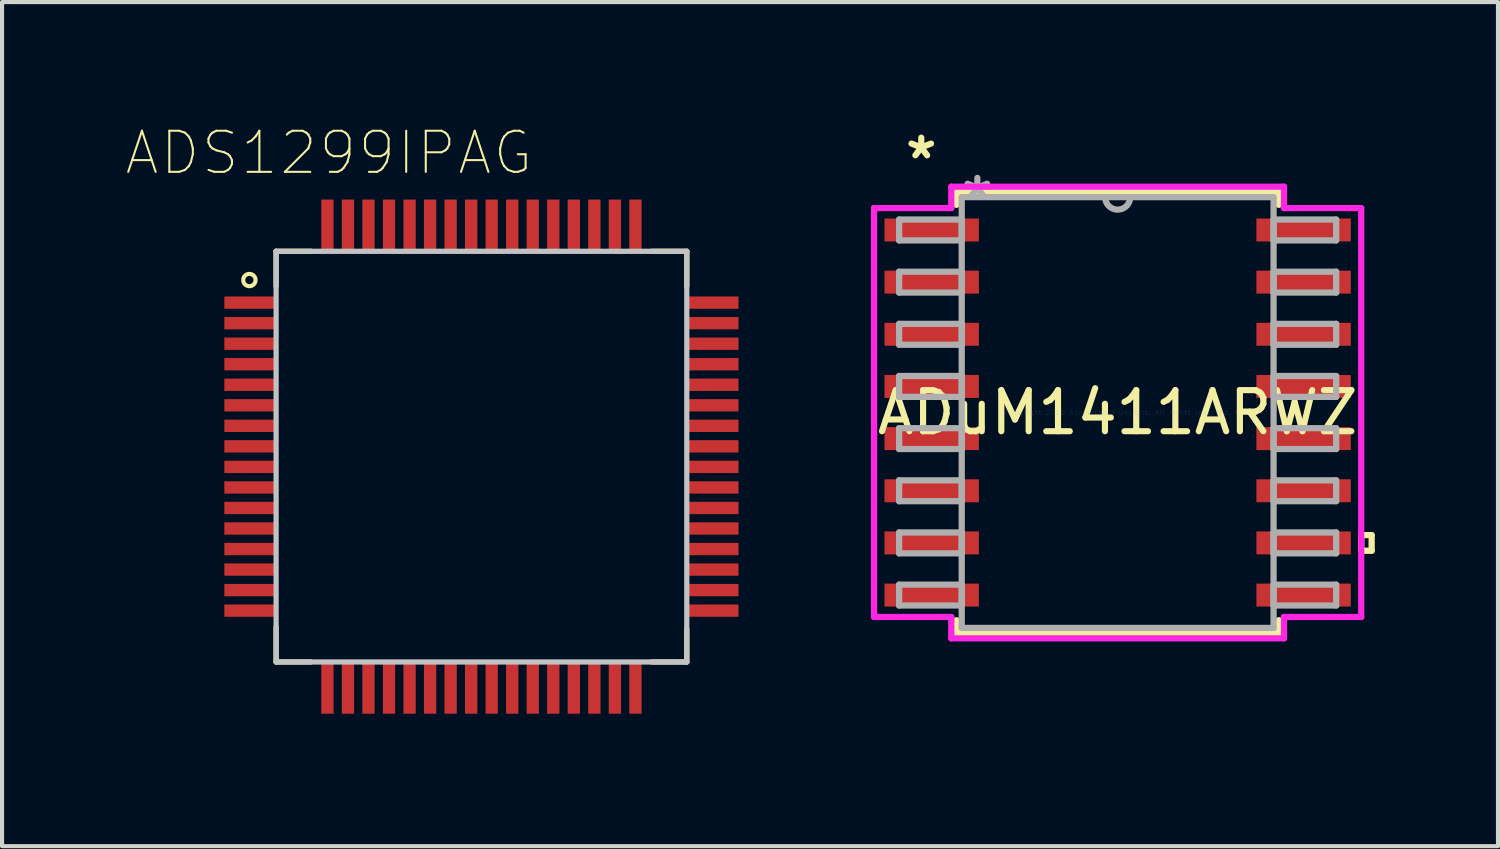
<source format=kicad_pcb>
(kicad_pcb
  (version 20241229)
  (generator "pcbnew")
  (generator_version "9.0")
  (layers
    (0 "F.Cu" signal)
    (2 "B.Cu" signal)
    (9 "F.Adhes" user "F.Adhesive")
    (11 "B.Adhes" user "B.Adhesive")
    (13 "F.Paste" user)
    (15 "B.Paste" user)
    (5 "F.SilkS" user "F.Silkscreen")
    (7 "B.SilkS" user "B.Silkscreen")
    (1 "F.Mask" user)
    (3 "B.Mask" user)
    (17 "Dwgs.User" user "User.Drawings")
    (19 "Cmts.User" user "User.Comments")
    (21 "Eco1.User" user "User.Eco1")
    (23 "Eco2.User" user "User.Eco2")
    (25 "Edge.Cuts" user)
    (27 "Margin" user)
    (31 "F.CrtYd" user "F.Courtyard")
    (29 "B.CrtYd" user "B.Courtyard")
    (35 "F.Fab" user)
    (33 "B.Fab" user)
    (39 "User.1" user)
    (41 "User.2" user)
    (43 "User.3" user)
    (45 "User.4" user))
  (footprint "ADuM1411ARWZ"
    (layer "F.Cu")
    (at 24.165 6.995)
    (property "Reference" "ADuM1411ARWZ" (at 0 0 0) (layer "F.SilkS") (effects (font (size 1 1) (thickness 0.15))))
    (attr through_hole)
    (fp_line (start -3.924 -5.372) (end -3.924 -5.057) (stroke (width 0.152) (type solid)) (layer "F.SilkS"))
    (fp_line (start -3.924 5.057) (end -3.924 5.372) (stroke (width 0.152) (type solid)) (layer "F.SilkS"))
    (fp_line (start -3.924 5.372) (end 3.924 5.372) (stroke (width 0.152) (type solid)) (layer "F.SilkS"))
    (fp_line (start 3.924 -5.372) (end -3.924 -5.372) (stroke (width 0.152) (type solid)) (layer "F.SilkS"))
    (fp_line (start 3.924 -5.057) (end 3.924 -5.372) (stroke (width 0.152) (type solid)) (layer "F.SilkS"))
    (fp_line (start 3.924 5.372) (end 3.924 5.057) (stroke (width 0.152) (type solid)) (layer "F.SilkS"))
    (fp_line (start 5.931 2.985) (end 6.185 2.985) (stroke (width 0.152) (type solid)) (layer "F.SilkS"))
    (fp_line (start 5.931 3.365) (end 5.931 2.985) (stroke (width 0.152) (type solid)) (layer "F.SilkS"))
    (fp_line (start 6.185 2.985) (end 6.185 3.365) (stroke (width 0.152) (type solid)) (layer "F.SilkS"))
    (fp_line (start 6.185 3.365) (end 5.931 3.365) (stroke (width 0.152) (type solid)) (layer "F.SilkS"))
    (fp_line (start -5.931 -4.978) (end -4.051 -4.978) (stroke (width 0.152) (type solid)) (layer "F.CrtYd"))
    (fp_line (start -5.931 4.978) (end -5.931 -4.978) (stroke (width 0.152) (type solid)) (layer "F.CrtYd"))
    (fp_line (start -4.051 -5.499) (end 4.051 -5.499) (stroke (width 0.152) (type solid)) (layer "F.CrtYd"))
    (fp_line (start -4.051 -4.978) (end -4.051 -5.499) (stroke (width 0.152) (type solid)) (layer "F.CrtYd"))
    (fp_line (start -4.051 4.978) (end -5.931 4.978) (stroke (width 0.152) (type solid)) (layer "F.CrtYd"))
    (fp_line (start -4.051 5.499) (end -4.051 4.978) (stroke (width 0.152) (type solid)) (layer "F.CrtYd"))
    (fp_line (start 4.051 -5.499) (end 4.051 -4.978) (stroke (width 0.152) (type solid)) (layer "F.CrtYd"))
    (fp_line (start 4.051 -4.978) (end 5.931 -4.978) (stroke (width 0.152) (type solid)) (layer "F.CrtYd"))
    (fp_line (start 4.051 4.978) (end 4.051 5.499) (stroke (width 0.152) (type solid)) (layer "F.CrtYd"))
    (fp_line (start 4.051 5.499) (end -4.051 5.499) (stroke (width 0.152) (type solid)) (layer "F.CrtYd"))
    (fp_line (start 5.931 -4.978) (end 5.931 4.978) (stroke (width 0.152) (type solid)) (layer "F.CrtYd"))
    (fp_line (start 5.931 4.978) (end 4.051 4.978) (stroke (width 0.152) (type solid)) (layer "F.CrtYd"))
    (fp_line (start -5.321 -4.699) (end -5.321 -4.191) (stroke (width 0.152) (type solid)) (layer "F.Fab"))
    (fp_line (start -5.321 -4.191) (end -3.797 -4.191) (stroke (width 0.152) (type solid)) (layer "F.Fab"))
    (fp_line (start -5.321 -3.429) (end -5.321 -2.921) (stroke (width 0.152) (type solid)) (layer "F.Fab"))
    (fp_line (start -5.321 -2.921) (end -3.797 -2.921) (stroke (width 0.152) (type solid)) (layer "F.Fab"))
    (fp_line (start -5.321 -2.159) (end -5.321 -1.651) (stroke (width 0.152) (type solid)) (layer "F.Fab"))
    (fp_line (start -5.321 -1.651) (end -3.797 -1.651) (stroke (width 0.152) (type solid)) (layer "F.Fab"))
    (fp_line (start -5.321 -0.889) (end -5.321 -0.381) (stroke (width 0.152) (type solid)) (layer "F.Fab"))
    (fp_line (start -5.321 -0.381) (end -3.797 -0.381) (stroke (width 0.152) (type solid)) (layer "F.Fab"))
    (fp_line (start -5.321 0.381) (end -5.321 0.889) (stroke (width 0.152) (type solid)) (layer "F.Fab"))
    (fp_line (start -5.321 0.889) (end -3.797 0.889) (stroke (width 0.152) (type solid)) (layer "F.Fab"))
    (fp_line (start -5.321 1.651) (end -5.321 2.159) (stroke (width 0.152) (type solid)) (layer "F.Fab"))
    (fp_line (start -5.321 2.159) (end -3.797 2.159) (stroke (width 0.152) (type solid)) (layer "F.Fab"))
    (fp_line (start -5.321 2.921) (end -5.321 3.429) (stroke (width 0.152) (type solid)) (layer "F.Fab"))
    (fp_line (start -5.321 3.429) (end -3.797 3.429) (stroke (width 0.152) (type solid)) (layer "F.Fab"))
    (fp_line (start -5.321 4.191) (end -5.321 4.699) (stroke (width 0.152) (type solid)) (layer "F.Fab"))
    (fp_line (start -5.321 4.699) (end -3.797 4.699) (stroke (width 0.152) (type solid)) (layer "F.Fab"))
    (fp_line (start -3.797 -5.245) (end -3.797 5.245) (stroke (width 0.152) (type solid)) (layer "F.Fab"))
    (fp_line (start -3.797 -4.699) (end -5.321 -4.699) (stroke (width 0.152) (type solid)) (layer "F.Fab"))
    (fp_line (start -3.797 -4.191) (end -3.797 -4.699) (stroke (width 0.152) (type solid)) (layer "F.Fab"))
    (fp_line (start -3.797 -3.429) (end -5.321 -3.429) (stroke (width 0.152) (type solid)) (layer "F.Fab"))
    (fp_line (start -3.797 -2.921) (end -3.797 -3.429) (stroke (width 0.152) (type solid)) (layer "F.Fab"))
    (fp_line (start -3.797 -2.159) (end -5.321 -2.159) (stroke (width 0.152) (type solid)) (layer "F.Fab"))
    (fp_line (start -3.797 -1.651) (end -3.797 -2.159) (stroke (width 0.152) (type solid)) (layer "F.Fab"))
    (fp_line (start -3.797 -0.889) (end -5.321 -0.889) (stroke (width 0.152) (type solid)) (layer "F.Fab"))
    (fp_line (start -3.797 -0.381) (end -3.797 -0.889) (stroke (width 0.152) (type solid)) (layer "F.Fab"))
    (fp_line (start -3.797 0.381) (end -5.321 0.381) (stroke (width 0.152) (type solid)) (layer "F.Fab"))
    (fp_line (start -3.797 0.889) (end -3.797 0.381) (stroke (width 0.152) (type solid)) (layer "F.Fab"))
    (fp_line (start -3.797 1.651) (end -5.321 1.651) (stroke (width 0.152) (type solid)) (layer "F.Fab"))
    (fp_line (start -3.797 2.159) (end -3.797 1.651) (stroke (width 0.152) (type solid)) (layer "F.Fab"))
    (fp_line (start -3.797 2.921) (end -5.321 2.921) (stroke (width 0.152) (type solid)) (layer "F.Fab"))
    (fp_line (start -3.797 3.429) (end -3.797 2.921) (stroke (width 0.152) (type solid)) (layer "F.Fab"))
    (fp_line (start -3.797 4.191) (end -5.321 4.191) (stroke (width 0.152) (type solid)) (layer "F.Fab"))
    (fp_line (start -3.797 4.699) (end -3.797 4.191) (stroke (width 0.152) (type solid)) (layer "F.Fab"))
    (fp_line (start -3.797 5.245) (end 3.797 5.245) (stroke (width 0.152) (type solid)) (layer "F.Fab"))
    (fp_line (start 3.797 -5.245) (end -3.797 -5.245) (stroke (width 0.152) (type solid)) (layer "F.Fab"))
    (fp_line (start 3.797 -4.699) (end 3.797 -4.191) (stroke (width 0.152) (type solid)) (layer "F.Fab"))
    (fp_line (start 3.797 -4.191) (end 5.321 -4.191) (stroke (width 0.152) (type solid)) (layer "F.Fab"))
    (fp_line (start 3.797 -3.429) (end 3.797 -2.921) (stroke (width 0.152) (type solid)) (layer "F.Fab"))
    (fp_line (start 3.797 -2.921) (end 5.321 -2.921) (stroke (width 0.152) (type solid)) (layer "F.Fab"))
    (fp_line (start 3.797 -2.159) (end 3.797 -1.651) (stroke (width 0.152) (type solid)) (layer "F.Fab"))
    (fp_line (start 3.797 -1.651) (end 5.321 -1.651) (stroke (width 0.152) (type solid)) (layer "F.Fab"))
    (fp_line (start 3.797 -0.889) (end 3.797 -0.381) (stroke (width 0.152) (type solid)) (layer "F.Fab"))
    (fp_line (start 3.797 -0.381) (end 5.321 -0.381) (stroke (width 0.152) (type solid)) (layer "F.Fab"))
    (fp_line (start 3.797 0.381) (end 3.797 0.889) (stroke (width 0.152) (type solid)) (layer "F.Fab"))
    (fp_line (start 3.797 0.889) (end 5.321 0.889) (stroke (width 0.152) (type solid)) (layer "F.Fab"))
    (fp_line (start 3.797 1.651) (end 3.797 2.159) (stroke (width 0.152) (type solid)) (layer "F.Fab"))
    (fp_line (start 3.797 2.159) (end 5.321 2.159) (stroke (width 0.152) (type solid)) (layer "F.Fab"))
    (fp_line (start 3.797 2.921) (end 3.797 3.429) (stroke (width 0.152) (type solid)) (layer "F.Fab"))
    (fp_line (start 3.797 3.429) (end 5.321 3.429) (stroke (width 0.152) (type solid)) (layer "F.Fab"))
    (fp_line (start 3.797 4.191) (end 3.797 4.699) (stroke (width 0.152) (type solid)) (layer "F.Fab"))
    (fp_line (start 3.797 4.699) (end 5.321 4.699) (stroke (width 0.152) (type solid)) (layer "F.Fab"))
    (fp_line (start 3.797 5.245) (end 3.797 -5.245) (stroke (width 0.152) (type solid)) (layer "F.Fab"))
    (fp_line (start 5.321 -4.699) (end 3.797 -4.699) (stroke (width 0.152) (type solid)) (layer "F.Fab"))
    (fp_line (start 5.321 -4.191) (end 5.321 -4.699) (stroke (width 0.152) (type solid)) (layer "F.Fab"))
    (fp_line (start 5.321 -3.429) (end 3.797 -3.429) (stroke (width 0.152) (type solid)) (layer "F.Fab"))
    (fp_line (start 5.321 -2.921) (end 5.321 -3.429) (stroke (width 0.152) (type solid)) (layer "F.Fab"))
    (fp_line (start 5.321 -2.159) (end 3.797 -2.159) (stroke (width 0.152) (type solid)) (layer "F.Fab"))
    (fp_line (start 5.321 -1.651) (end 5.321 -2.159) (stroke (width 0.152) (type solid)) (layer "F.Fab"))
    (fp_line (start 5.321 -0.889) (end 3.797 -0.889) (stroke (width 0.152) (type solid)) (layer "F.Fab"))
    (fp_line (start 5.321 -0.381) (end 5.321 -0.889) (stroke (width 0.152) (type solid)) (layer "F.Fab"))
    (fp_line (start 5.321 0.381) (end 3.797 0.381) (stroke (width 0.152) (type solid)) (layer "F.Fab"))
    (fp_line (start 5.321 0.889) (end 5.321 0.381) (stroke (width 0.152) (type solid)) (layer "F.Fab"))
    (fp_line (start 5.321 1.651) (end 3.797 1.651) (stroke (width 0.152) (type solid)) (layer "F.Fab"))
    (fp_line (start 5.321 2.159) (end 5.321 1.651) (stroke (width 0.152) (type solid)) (layer "F.Fab"))
    (fp_line (start 5.321 2.921) (end 3.797 2.921) (stroke (width 0.152) (type solid)) (layer "F.Fab"))
    (fp_line (start 5.321 3.429) (end 5.321 2.921) (stroke (width 0.152) (type solid)) (layer "F.Fab"))
    (fp_line (start 5.321 4.191) (end 3.797 4.191) (stroke (width 0.152) (type solid)) (layer "F.Fab"))
    (fp_line (start 5.321 4.699) (end 5.321 4.191) (stroke (width 0.152) (type solid)) (layer "F.Fab"))
    (fp_arc (start 0.3048 -5.2451) (mid 0 -4.9403) (end -0.3048 -5.2451) (stroke (width 0.1524) (type solid)) (layer "F.Fab"))
    (fp_text user "*" (at -4.782 -6.147 0) (layer "F.SilkS") (effects (font (size 1 1) (thickness 0.15))))
    (fp_text user "Copyright 2016 Accelerated Designs. All rights reserved." (at 0 0 0) (layer "Cmts.User") (effects (font (size 0.127 0.127) (thickness 0.002))))
    (fp_text user "*" (at -3.416 -5.169 0) (layer "F.Fab") (effects (font (size 1 1) (thickness 0.15))))
    (pad "1" smd rect (at -4.528 -4.445) (size 2.299 0.559) (layers "F.Cu" "F.Mask" "F.Paste"))
    (pad "2" smd rect (at -4.528 -3.175) (size 2.299 0.559) (layers "F.Cu" "F.Mask" "F.Paste"))
    (pad "3" smd rect (at -4.528 -1.905) (size 2.299 0.559) (layers "F.Cu" "F.Mask" "F.Paste"))
    (pad "4" smd rect (at -4.528 -0.635) (size 2.299 0.559) (layers "F.Cu" "F.Mask" "F.Paste"))
    (pad "5" smd rect (at -4.528 0.635) (size 2.299 0.559) (layers "F.Cu" "F.Mask" "F.Paste"))
    (pad "6" smd rect (at -4.528 1.905) (size 2.299 0.559) (layers "F.Cu" "F.Mask" "F.Paste"))
    (pad "7" smd rect (at -4.528 3.175) (size 2.299 0.559) (layers "F.Cu" "F.Mask" "F.Paste"))
    (pad "8" smd rect (at -4.528 4.445) (size 2.299 0.559) (layers "F.Cu" "F.Mask" "F.Paste"))
    (pad "9" smd rect (at 4.528 4.445) (size 2.299 0.559) (layers "F.Cu" "F.Mask" "F.Paste"))
    (pad "10" smd rect (at 4.528 3.175) (size 2.299 0.559) (layers "F.Cu" "F.Mask" "F.Paste"))
    (pad "11" smd rect (at 4.528 1.905) (size 2.299 0.559) (layers "F.Cu" "F.Mask" "F.Paste"))
    (pad "12" smd rect (at 4.528 0.635) (size 2.299 0.559) (layers "F.Cu" "F.Mask" "F.Paste"))
    (pad "13" smd rect (at 4.528 -0.635) (size 2.299 0.559) (layers "F.Cu" "F.Mask" "F.Paste"))
    (pad "14" smd rect (at 4.528 -1.905) (size 2.299 0.559) (layers "F.Cu" "F.Mask" "F.Paste"))
    (pad "15" smd rect (at 4.528 -3.175) (size 2.299 0.559) (layers "F.Cu" "F.Mask" "F.Paste"))
    (pad "16" smd rect (at 4.528 -4.445) (size 2.299 0.559) (layers "F.Cu" "F.Mask" "F.Paste")))
  (footprint "ADS1299IPAG"
    (layer "F.Cu")
    (at 8.673 8.069)
    (property "Reference" "ADS1299IPAG" (at -3.715 -7.395 0) (layer "F.SilkS") (effects (font (size 1.001 1.001) (thickness 0.05))))
    (attr smd)
    (fp_line (start -5 -5) (end -5 -4.15) (stroke (width 0.127) (type solid)) (layer "F.SilkS"))
    (fp_line (start -5 5) (end -5 4.15) (stroke (width 0.127) (type solid)) (layer "F.SilkS"))
    (fp_line (start -4.15 -5) (end -5 -5) (stroke (width 0.127) (type solid)) (layer "F.SilkS"))
    (fp_line (start -4.15 5) (end -5 5) (stroke (width 0.127) (type solid)) (layer "F.SilkS"))
    (fp_line (start 4.15 -5) (end 5 -5) (stroke (width 0.127) (type solid)) (layer "F.SilkS"))
    (fp_line (start 5 -5) (end 5 -4.15) (stroke (width 0.127) (type solid)) (layer "F.SilkS"))
    (fp_line (start 5 4.2) (end 5 5) (stroke (width 0.127) (type solid)) (layer "F.SilkS"))
    (fp_line (start 5 5) (end 4.15 5) (stroke (width 0.127) (type solid)) (layer "F.SilkS"))
    (fp_circle (center -5.65 -4.3) (end -5.5 -4.3) (stroke (width 0.1) (type solid)) (fill no) (layer "F.SilkS"))
    (fp_line (start -5 -5) (end -5 5) (stroke (width 0.127) (type solid)) (layer "Dwgs.User"))
    (fp_line (start -5 5) (end 5 5) (stroke (width 0.127) (type solid)) (layer "Dwgs.User"))
    (fp_line (start 5 -5) (end -5 -5) (stroke (width 0.127) (type solid)) (layer "Dwgs.User"))
    (fp_line (start 5 5) (end 5 -5) (stroke (width 0.127) (type solid)) (layer "Dwgs.User"))
    (fp_line (start -6.46 -6.46) (end -6.46 6.46) (stroke (width 0.05) (type solid)) (layer "Eco1.User"))
    (fp_line (start -6.46 6.46) (end 6.46 6.46) (stroke (width 0.05) (type solid)) (layer "Eco1.User"))
    (fp_line (start 6.46 -6.46) (end -6.46 -6.46) (stroke (width 0.05) (type solid)) (layer "Eco1.User"))
    (fp_line (start 6.46 6.46) (end 6.46 -6.46) (stroke (width 0.05) (type solid)) (layer "Eco1.User"))
    (pad "1" smd rect (at -5.63 -3.75) (size 1.26 0.3) (layers "F.Cu" "F.Mask" "F.Paste"))
    (pad "2" smd rect (at -5.63 -3.25) (size 1.26 0.3) (layers "F.Cu" "F.Mask" "F.Paste"))
    (pad "3" smd rect (at -5.63 -2.75) (size 1.26 0.3) (layers "F.Cu" "F.Mask" "F.Paste"))
    (pad "4" smd rect (at -5.63 -2.25) (size 1.26 0.3) (layers "F.Cu" "F.Mask" "F.Paste"))
    (pad "5" smd rect (at -5.63 -1.75) (size 1.26 0.3) (layers "F.Cu" "F.Mask" "F.Paste"))
    (pad "6" smd rect (at -5.63 -1.25) (size 1.26 0.3) (layers "F.Cu" "F.Mask" "F.Paste"))
    (pad "7" smd rect (at -5.63 -0.75) (size 1.26 0.3) (layers "F.Cu" "F.Mask" "F.Paste"))
    (pad "8" smd rect (at -5.63 -0.25) (size 1.26 0.3) (layers "F.Cu" "F.Mask" "F.Paste"))
    (pad "9" smd rect (at -5.63 0.25) (size 1.26 0.3) (layers "F.Cu" "F.Mask" "F.Paste"))
    (pad "10" smd rect (at -5.63 0.75) (size 1.26 0.3) (layers "F.Cu" "F.Mask" "F.Paste"))
    (pad "11" smd rect (at -5.63 1.25) (size 1.26 0.3) (layers "F.Cu" "F.Mask" "F.Paste"))
    (pad "12" smd rect (at -5.63 1.75) (size 1.26 0.3) (layers "F.Cu" "F.Mask" "F.Paste"))
    (pad "13" smd rect (at -5.63 2.25) (size 1.26 0.3) (layers "F.Cu" "F.Mask" "F.Paste"))
    (pad "14" smd rect (at -5.63 2.75) (size 1.26 0.3) (layers "F.Cu" "F.Mask" "F.Paste"))
    (pad "15" smd rect (at -5.63 3.25) (size 1.26 0.3) (layers "F.Cu" "F.Mask" "F.Paste"))
    (pad "16" smd rect (at -5.63 3.75) (size 1.26 0.3) (layers "F.Cu" "F.Mask" "F.Paste"))
    (pad "17" smd rect (at -3.75 5.63 90) (size 1.26 0.3) (layers "F.Cu" "F.Mask" "F.Paste"))
    (pad "18" smd rect (at -3.25 5.63 90) (size 1.26 0.3) (layers "F.Cu" "F.Mask" "F.Paste"))
    (pad "19" smd rect (at -2.75 5.63 90) (size 1.26 0.3) (layers "F.Cu" "F.Mask" "F.Paste"))
    (pad "20" smd rect (at -2.25 5.63 90) (size 1.26 0.3) (layers "F.Cu" "F.Mask" "F.Paste"))
    (pad "21" smd rect (at -1.75 5.63 90) (size 1.26 0.3) (layers "F.Cu" "F.Mask" "F.Paste"))
    (pad "22" smd rect (at -1.25 5.63 90) (size 1.26 0.3) (layers "F.Cu" "F.Mask" "F.Paste"))
    (pad "23" smd rect (at -0.75 5.63 90) (size 1.26 0.3) (layers "F.Cu" "F.Mask" "F.Paste"))
    (pad "24" smd rect (at -0.25 5.63 90) (size 1.26 0.3) (layers "F.Cu" "F.Mask" "F.Paste"))
    (pad "25" smd rect (at 0.25 5.63 90) (size 1.26 0.3) (layers "F.Cu" "F.Mask" "F.Paste"))
    (pad "26" smd rect (at 0.75 5.63 90) (size 1.26 0.3) (layers "F.Cu" "F.Mask" "F.Paste"))
    (pad "27" smd rect (at 1.25 5.63 90) (size 1.26 0.3) (layers "F.Cu" "F.Mask" "F.Paste"))
    (pad "28" smd rect (at 1.75 5.63 90) (size 1.26 0.3) (layers "F.Cu" "F.Mask" "F.Paste"))
    (pad "29" smd rect (at 2.25 5.63 90) (size 1.26 0.3) (layers "F.Cu" "F.Mask" "F.Paste"))
    (pad "30" smd rect (at 2.75 5.63 90) (size 1.26 0.3) (layers "F.Cu" "F.Mask" "F.Paste"))
    (pad "31" smd rect (at 3.25 5.63 90) (size 1.26 0.3) (layers "F.Cu" "F.Mask" "F.Paste"))
    (pad "32" smd rect (at 3.75 5.63 90) (size 1.26 0.3) (layers "F.Cu" "F.Mask" "F.Paste"))
    (pad "33" smd rect (at 5.63 3.75 180) (size 1.26 0.3) (layers "F.Cu" "F.Mask" "F.Paste"))
    (pad "34" smd rect (at 5.63 3.25 180) (size 1.26 0.3) (layers "F.Cu" "F.Mask" "F.Paste"))
    (pad "35" smd rect (at 5.63 2.75 180) (size 1.26 0.3) (layers "F.Cu" "F.Mask" "F.Paste"))
    (pad "36" smd rect (at 5.63 2.25 180) (size 1.26 0.3) (layers "F.Cu" "F.Mask" "F.Paste"))
    (pad "37" smd rect (at 5.63 1.75 180) (size 1.26 0.3) (layers "F.Cu" "F.Mask" "F.Paste"))
    (pad "38" smd rect (at 5.63 1.25 180) (size 1.26 0.3) (layers "F.Cu" "F.Mask" "F.Paste"))
    (pad "39" smd rect (at 5.63 0.75 180) (size 1.26 0.3) (layers "F.Cu" "F.Mask" "F.Paste"))
    (pad "40" smd rect (at 5.63 0.25 180) (size 1.26 0.3) (layers "F.Cu" "F.Mask" "F.Paste"))
    (pad "41" smd rect (at 5.63 -0.25 180) (size 1.26 0.3) (layers "F.Cu" "F.Mask" "F.Paste"))
    (pad "42" smd rect (at 5.63 -0.75 180) (size 1.26 0.3) (layers "F.Cu" "F.Mask" "F.Paste"))
    (pad "43" smd rect (at 5.63 -1.25 180) (size 1.26 0.3) (layers "F.Cu" "F.Mask" "F.Paste"))
    (pad "44" smd rect (at 5.63 -1.75 180) (size 1.26 0.3) (layers "F.Cu" "F.Mask" "F.Paste"))
    (pad "45" smd rect (at 5.63 -2.25 180) (size 1.26 0.3) (layers "F.Cu" "F.Mask" "F.Paste"))
    (pad "46" smd rect (at 5.63 -2.75 180) (size 1.26 0.3) (layers "F.Cu" "F.Mask" "F.Paste"))
    (pad "47" smd rect (at 5.63 -3.25 180) (size 1.26 0.3) (layers "F.Cu" "F.Mask" "F.Paste"))
    (pad "48" smd rect (at 5.63 -3.75 180) (size 1.26 0.3) (layers "F.Cu" "F.Mask" "F.Paste"))
    (pad "49" smd rect (at 3.75 -5.63 270) (size 1.26 0.3) (layers "F.Cu" "F.Mask" "F.Paste"))
    (pad "50" smd rect (at 3.25 -5.63 270) (size 1.26 0.3) (layers "F.Cu" "F.Mask" "F.Paste"))
    (pad "51" smd rect (at 2.75 -5.63 270) (size 1.26 0.3) (layers "F.Cu" "F.Mask" "F.Paste"))
    (pad "52" smd rect (at 2.25 -5.63 270) (size 1.26 0.3) (layers "F.Cu" "F.Mask" "F.Paste"))
    (pad "53" smd rect (at 1.75 -5.63 270) (size 1.26 0.3) (layers "F.Cu" "F.Mask" "F.Paste"))
    (pad "54" smd rect (at 1.25 -5.63 270) (size 1.26 0.3) (layers "F.Cu" "F.Mask" "F.Paste"))
    (pad "55" smd rect (at 0.75 -5.63 270) (size 1.26 0.3) (layers "F.Cu" "F.Mask" "F.Paste"))
    (pad "56" smd rect (at 0.25 -5.63 270) (size 1.26 0.3) (layers "F.Cu" "F.Mask" "F.Paste"))
    (pad "57" smd rect (at -0.25 -5.63 270) (size 1.26 0.3) (layers "F.Cu" "F.Mask" "F.Paste"))
    (pad "58" smd rect (at -0.75 -5.63 270) (size 1.26 0.3) (layers "F.Cu" "F.Mask" "F.Paste"))
    (pad "59" smd rect (at -1.25 -5.63 270) (size 1.26 0.3) (layers "F.Cu" "F.Mask" "F.Paste"))
    (pad "60" smd rect (at -1.75 -5.63 270) (size 1.26 0.3) (layers "F.Cu" "F.Mask" "F.Paste"))
    (pad "61" smd rect (at -2.25 -5.63 270) (size 1.26 0.3) (layers "F.Cu" "F.Mask" "F.Paste"))
    (pad "62" smd rect (at -2.75 -5.63 270) (size 1.26 0.3) (layers "F.Cu" "F.Mask" "F.Paste"))
    (pad "63" smd rect (at -3.25 -5.63 270) (size 1.26 0.3) (layers "F.Cu" "F.Mask" "F.Paste"))
    (pad "64" smd rect (at -3.75 -5.63 270) (size 1.26 0.3) (layers "F.Cu" "F.Mask" "F.Paste")))
  (gr_rect
    (start -3 -3)
    (end 33.426 17.554)
    (stroke (width 0.1) (type default))
    (fill no)
    (layer "Edge.Cuts")))
</source>
